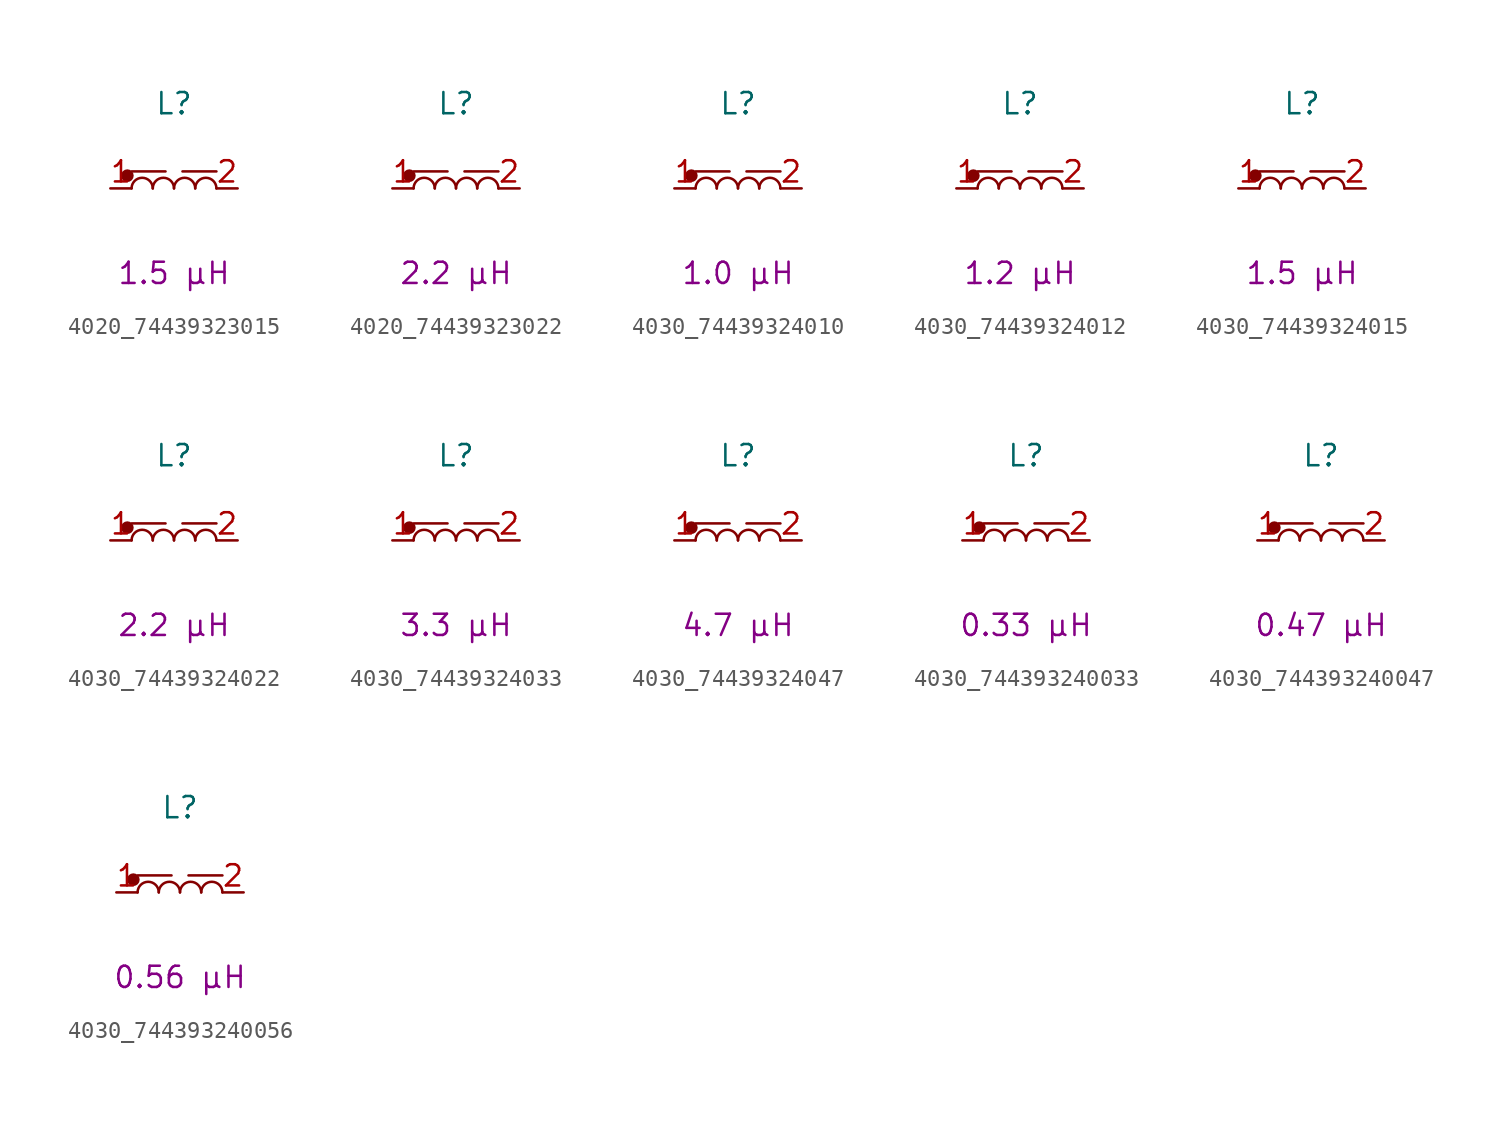
<source format=kicad_sym>
(kicad_symbol_lib
  (version 20220914)
  (generator kicad_symbol_editor)
  (symbol "4020_74439323015"
    (pin_names hide)
    (property "Reference" "L"
      (at 0 5.08 0)
      (effects (font (size 1.27 1.27))))
    (property "Critical Parameter" "1.5 µH"
      (at 0 -5.08 0)
      (effects (font (size 1.27 1.27))))
    (symbol "4020_74439323015_0_1"
      (arc (start -1.27 0) (mid -1.905 0.6323) (end -2.54 0) (stroke (width 0) (type default)) (fill (type none)))
      (arc (start 0 0) (mid -0.635 0.6323) (end -1.27 0) (stroke (width 0) (type default)) (fill (type none)))
      (polyline (pts (xy -2.54 1.016) (xy -0.508 1.016)) (stroke (width 0) (type default)) (fill (type none)))
      (arc (start 1.27 0) (mid 0.635 0.6323) (end 0 0) (stroke (width 0) (type default)) (fill (type none)))
      (arc (start 2.54 0) (mid 1.905 0.6323) (end 1.27 0) (stroke (width 0) (type default)) (fill (type none))))
    (symbol "4020_74439323015_1_1"
      (circle (center -2.794 0.762) (radius 0.0001) (stroke (width 0.381) (type default)) (fill (type none)))
      (polyline (pts (xy 2.54 1.016) (xy 0.508 1.016)) (stroke (width 0) (type default)) (fill (type none)))
      (pin passive line (at -3.81 0 0) (length 1.27) (name "1" (effects (font (size 1.27 1.27)))) (number "1" (effects (font (size 1.27 1.27)))))
      (pin passive line (at 3.81 0 180) (length 1.27) (name "2" (effects (font (size 1.27 1.27)))) (number "2" (effects (font (size 1.27 1.27)))))))
  (symbol "4020_74439323022"
    (pin_names hide)
    (property "Reference" "L"
      (at 0 5.08 0)
      (effects (font (size 1.27 1.27))))
    (property "Critical Parameter" "2.2 µH"
      (at 0 -5.08 0)
      (effects (font (size 1.27 1.27))))
    (symbol "4020_74439323022_0_1"
      (arc (start -1.27 0) (mid -1.905 0.6323) (end -2.54 0) (stroke (width 0) (type default)) (fill (type none)))
      (arc (start 0 0) (mid -0.635 0.6323) (end -1.27 0) (stroke (width 0) (type default)) (fill (type none)))
      (polyline (pts (xy -2.54 1.016) (xy -0.508 1.016)) (stroke (width 0) (type default)) (fill (type none)))
      (arc (start 1.27 0) (mid 0.635 0.6323) (end 0 0) (stroke (width 0) (type default)) (fill (type none)))
      (arc (start 2.54 0) (mid 1.905 0.6323) (end 1.27 0) (stroke (width 0) (type default)) (fill (type none))))
    (symbol "4020_74439323022_1_1"
      (circle (center -2.794 0.762) (radius 0.0001) (stroke (width 0.381) (type default)) (fill (type none)))
      (polyline (pts (xy 2.54 1.016) (xy 0.508 1.016)) (stroke (width 0) (type default)) (fill (type none)))
      (pin passive line (at -3.81 0 0) (length 1.27) (name "1" (effects (font (size 1.27 1.27)))) (number "1" (effects (font (size 1.27 1.27)))))
      (pin passive line (at 3.81 0 180) (length 1.27) (name "2" (effects (font (size 1.27 1.27)))) (number "2" (effects (font (size 1.27 1.27)))))))
  (symbol "4030_74439324010"
    (pin_names hide)
    (property "Reference" "L"
      (at 0 5.08 0)
      (effects (font (size 1.27 1.27))))
    (property "Critical Parameter" "1.0 µH"
      (at 0 -5.08 0)
      (effects (font (size 1.27 1.27))))
    (symbol "4030_74439324010_0_1"
      (arc (start -1.27 0) (mid -1.905 0.6323) (end -2.54 0) (stroke (width 0) (type default)) (fill (type none)))
      (arc (start 0 0) (mid -0.635 0.6323) (end -1.27 0) (stroke (width 0) (type default)) (fill (type none)))
      (polyline (pts (xy -2.54 1.016) (xy -0.508 1.016)) (stroke (width 0) (type default)) (fill (type none)))
      (arc (start 1.27 0) (mid 0.635 0.6323) (end 0 0) (stroke (width 0) (type default)) (fill (type none)))
      (arc (start 2.54 0) (mid 1.905 0.6323) (end 1.27 0) (stroke (width 0) (type default)) (fill (type none))))
    (symbol "4030_74439324010_1_1"
      (circle (center -2.794 0.762) (radius 0.0001) (stroke (width 0.381) (type default)) (fill (type none)))
      (polyline (pts (xy 2.54 1.016) (xy 0.508 1.016)) (stroke (width 0) (type default)) (fill (type none)))
      (pin passive line (at -3.81 0 0) (length 1.27) (name "1" (effects (font (size 1.27 1.27)))) (number "1" (effects (font (size 1.27 1.27)))))
      (pin passive line (at 3.81 0 180) (length 1.27) (name "2" (effects (font (size 1.27 1.27)))) (number "2" (effects (font (size 1.27 1.27)))))))
  (symbol "4030_74439324012"
    (pin_names hide)
    (property "Reference" "L"
      (at 0 5.08 0)
      (effects (font (size 1.27 1.27))))
    (property "Critical Parameter" "1.2 µH"
      (at 0 -5.08 0)
      (effects (font (size 1.27 1.27))))
    (symbol "4030_74439324012_0_1"
      (arc (start -1.27 0) (mid -1.905 0.6323) (end -2.54 0) (stroke (width 0) (type default)) (fill (type none)))
      (arc (start 0 0) (mid -0.635 0.6323) (end -1.27 0) (stroke (width 0) (type default)) (fill (type none)))
      (polyline (pts (xy -2.54 1.016) (xy -0.508 1.016)) (stroke (width 0) (type default)) (fill (type none)))
      (arc (start 1.27 0) (mid 0.635 0.6323) (end 0 0) (stroke (width 0) (type default)) (fill (type none)))
      (arc (start 2.54 0) (mid 1.905 0.6323) (end 1.27 0) (stroke (width 0) (type default)) (fill (type none))))
    (symbol "4030_74439324012_1_1"
      (circle (center -2.794 0.762) (radius 0.0001) (stroke (width 0.381) (type default)) (fill (type none)))
      (polyline (pts (xy 2.54 1.016) (xy 0.508 1.016)) (stroke (width 0) (type default)) (fill (type none)))
      (pin passive line (at -3.81 0 0) (length 1.27) (name "1" (effects (font (size 1.27 1.27)))) (number "1" (effects (font (size 1.27 1.27)))))
      (pin passive line (at 3.81 0 180) (length 1.27) (name "2" (effects (font (size 1.27 1.27)))) (number "2" (effects (font (size 1.27 1.27)))))))
  (symbol "4030_74439324015"
    (pin_names hide)
    (property "Reference" "L"
      (at 0 5.08 0)
      (effects (font (size 1.27 1.27))))
    (property "Critical Parameter" "1.5 µH"
      (at 0 -5.08 0)
      (effects (font (size 1.27 1.27))))
    (symbol "4030_74439324015_0_1"
      (arc (start -1.27 0) (mid -1.905 0.6323) (end -2.54 0) (stroke (width 0) (type default)) (fill (type none)))
      (arc (start 0 0) (mid -0.635 0.6323) (end -1.27 0) (stroke (width 0) (type default)) (fill (type none)))
      (polyline (pts (xy -2.54 1.016) (xy -0.508 1.016)) (stroke (width 0) (type default)) (fill (type none)))
      (arc (start 1.27 0) (mid 0.635 0.6323) (end 0 0) (stroke (width 0) (type default)) (fill (type none)))
      (arc (start 2.54 0) (mid 1.905 0.6323) (end 1.27 0) (stroke (width 0) (type default)) (fill (type none))))
    (symbol "4030_74439324015_1_1"
      (circle (center -2.794 0.762) (radius 0.0001) (stroke (width 0.381) (type default)) (fill (type none)))
      (polyline (pts (xy 2.54 1.016) (xy 0.508 1.016)) (stroke (width 0) (type default)) (fill (type none)))
      (pin passive line (at -3.81 0 0) (length 1.27) (name "1" (effects (font (size 1.27 1.27)))) (number "1" (effects (font (size 1.27 1.27)))))
      (pin passive line (at 3.81 0 180) (length 1.27) (name "2" (effects (font (size 1.27 1.27)))) (number "2" (effects (font (size 1.27 1.27)))))))
  (symbol "4030_74439324022"
    (pin_names hide)
    (property "Reference" "L"
      (at 0 5.08 0)
      (effects (font (size 1.27 1.27))))
    (property "Critical Parameter" "2.2 µH"
      (at 0 -5.08 0)
      (effects (font (size 1.27 1.27))))
    (symbol "4030_74439324022_0_1"
      (arc (start -1.27 0) (mid -1.905 0.6323) (end -2.54 0) (stroke (width 0) (type default)) (fill (type none)))
      (arc (start 0 0) (mid -0.635 0.6323) (end -1.27 0) (stroke (width 0) (type default)) (fill (type none)))
      (polyline (pts (xy -2.54 1.016) (xy -0.508 1.016)) (stroke (width 0) (type default)) (fill (type none)))
      (arc (start 1.27 0) (mid 0.635 0.6323) (end 0 0) (stroke (width 0) (type default)) (fill (type none)))
      (arc (start 2.54 0) (mid 1.905 0.6323) (end 1.27 0) (stroke (width 0) (type default)) (fill (type none))))
    (symbol "4030_74439324022_1_1"
      (circle (center -2.794 0.762) (radius 0.0001) (stroke (width 0.381) (type default)) (fill (type none)))
      (polyline (pts (xy 2.54 1.016) (xy 0.508 1.016)) (stroke (width 0) (type default)) (fill (type none)))
      (pin passive line (at -3.81 0 0) (length 1.27) (name "1" (effects (font (size 1.27 1.27)))) (number "1" (effects (font (size 1.27 1.27)))))
      (pin passive line (at 3.81 0 180) (length 1.27) (name "2" (effects (font (size 1.27 1.27)))) (number "2" (effects (font (size 1.27 1.27)))))))
  (symbol "4030_74439324033"
    (pin_names hide)
    (property "Reference" "L"
      (at 0 5.08 0)
      (effects (font (size 1.27 1.27))))
    (property "Critical Parameter" "3.3 µH"
      (at 0 -5.08 0)
      (effects (font (size 1.27 1.27))))
    (symbol "4030_74439324033_0_1"
      (arc (start -1.27 0) (mid -1.905 0.6323) (end -2.54 0) (stroke (width 0) (type default)) (fill (type none)))
      (arc (start 0 0) (mid -0.635 0.6323) (end -1.27 0) (stroke (width 0) (type default)) (fill (type none)))
      (polyline (pts (xy -2.54 1.016) (xy -0.508 1.016)) (stroke (width 0) (type default)) (fill (type none)))
      (arc (start 1.27 0) (mid 0.635 0.6323) (end 0 0) (stroke (width 0) (type default)) (fill (type none)))
      (arc (start 2.54 0) (mid 1.905 0.6323) (end 1.27 0) (stroke (width 0) (type default)) (fill (type none))))
    (symbol "4030_74439324033_1_1"
      (circle (center -2.794 0.762) (radius 0.0001) (stroke (width 0.381) (type default)) (fill (type none)))
      (polyline (pts (xy 2.54 1.016) (xy 0.508 1.016)) (stroke (width 0) (type default)) (fill (type none)))
      (pin passive line (at -3.81 0 0) (length 1.27) (name "1" (effects (font (size 1.27 1.27)))) (number "1" (effects (font (size 1.27 1.27)))))
      (pin passive line (at 3.81 0 180) (length 1.27) (name "2" (effects (font (size 1.27 1.27)))) (number "2" (effects (font (size 1.27 1.27)))))))
  (symbol "4030_74439324047"
    (pin_names hide)
    (property "Reference" "L"
      (at 0 5.08 0)
      (effects (font (size 1.27 1.27))))
    (property "Critical Parameter" "4.7 µH"
      (at 0 -5.08 0)
      (effects (font (size 1.27 1.27))))
    (symbol "4030_74439324047_0_1"
      (arc (start -1.27 0) (mid -1.905 0.6323) (end -2.54 0) (stroke (width 0) (type default)) (fill (type none)))
      (arc (start 0 0) (mid -0.635 0.6323) (end -1.27 0) (stroke (width 0) (type default)) (fill (type none)))
      (polyline (pts (xy -2.54 1.016) (xy -0.508 1.016)) (stroke (width 0) (type default)) (fill (type none)))
      (arc (start 1.27 0) (mid 0.635 0.6323) (end 0 0) (stroke (width 0) (type default)) (fill (type none)))
      (arc (start 2.54 0) (mid 1.905 0.6323) (end 1.27 0) (stroke (width 0) (type default)) (fill (type none))))
    (symbol "4030_74439324047_1_1"
      (circle (center -2.794 0.762) (radius 0.0001) (stroke (width 0.381) (type default)) (fill (type none)))
      (polyline (pts (xy 2.54 1.016) (xy 0.508 1.016)) (stroke (width 0) (type default)) (fill (type none)))
      (pin passive line (at -3.81 0 0) (length 1.27) (name "1" (effects (font (size 1.27 1.27)))) (number "1" (effects (font (size 1.27 1.27)))))
      (pin passive line (at 3.81 0 180) (length 1.27) (name "2" (effects (font (size 1.27 1.27)))) (number "2" (effects (font (size 1.27 1.27)))))))
  (symbol "4030_744393240033"
    (pin_names hide)
    (property "Reference" "L"
      (at 0 5.08 0)
      (effects (font (size 1.27 1.27))))
    (property "Critical Parameter" "0.33 µH"
      (at 0 -5.08 0)
      (effects (font (size 1.27 1.27))))
    (symbol "4030_744393240033_0_1"
      (arc (start -1.27 0) (mid -1.905 0.6323) (end -2.54 0) (stroke (width 0) (type default)) (fill (type none)))
      (arc (start 0 0) (mid -0.635 0.6323) (end -1.27 0) (stroke (width 0) (type default)) (fill (type none)))
      (polyline (pts (xy -2.54 1.016) (xy -0.508 1.016)) (stroke (width 0) (type default)) (fill (type none)))
      (arc (start 1.27 0) (mid 0.635 0.6323) (end 0 0) (stroke (width 0) (type default)) (fill (type none)))
      (arc (start 2.54 0) (mid 1.905 0.6323) (end 1.27 0) (stroke (width 0) (type default)) (fill (type none))))
    (symbol "4030_744393240033_1_1"
      (circle (center -2.794 0.762) (radius 0.0001) (stroke (width 0.381) (type default)) (fill (type none)))
      (polyline (pts (xy 2.54 1.016) (xy 0.508 1.016)) (stroke (width 0) (type default)) (fill (type none)))
      (pin passive line (at -3.81 0 0) (length 1.27) (name "1" (effects (font (size 1.27 1.27)))) (number "1" (effects (font (size 1.27 1.27)))))
      (pin passive line (at 3.81 0 180) (length 1.27) (name "2" (effects (font (size 1.27 1.27)))) (number "2" (effects (font (size 1.27 1.27)))))))
  (symbol "4030_744393240047"
    (pin_names hide)
    (property "Reference" "L"
      (at 0 5.08 0)
      (effects (font (size 1.27 1.27))))
    (property "Critical Parameter" "0.47 µH"
      (at 0 -5.08 0)
      (effects (font (size 1.27 1.27))))
    (symbol "4030_744393240047_0_1"
      (arc (start -1.27 0) (mid -1.905 0.6323) (end -2.54 0) (stroke (width 0) (type default)) (fill (type none)))
      (arc (start 0 0) (mid -0.635 0.6323) (end -1.27 0) (stroke (width 0) (type default)) (fill (type none)))
      (polyline (pts (xy -2.54 1.016) (xy -0.508 1.016)) (stroke (width 0) (type default)) (fill (type none)))
      (arc (start 1.27 0) (mid 0.635 0.6323) (end 0 0) (stroke (width 0) (type default)) (fill (type none)))
      (arc (start 2.54 0) (mid 1.905 0.6323) (end 1.27 0) (stroke (width 0) (type default)) (fill (type none))))
    (symbol "4030_744393240047_1_1"
      (circle (center -2.794 0.762) (radius 0.0001) (stroke (width 0.381) (type default)) (fill (type none)))
      (polyline (pts (xy 2.54 1.016) (xy 0.508 1.016)) (stroke (width 0) (type default)) (fill (type none)))
      (pin passive line (at -3.81 0 0) (length 1.27) (name "1" (effects (font (size 1.27 1.27)))) (number "1" (effects (font (size 1.27 1.27)))))
      (pin passive line (at 3.81 0 180) (length 1.27) (name "2" (effects (font (size 1.27 1.27)))) (number "2" (effects (font (size 1.27 1.27)))))))
  (symbol "4030_744393240056"
    (pin_names hide)
    (property "Reference" "L"
      (at 0 5.08 0)
      (effects (font (size 1.27 1.27))))
    (property "Critical Parameter" "0.56 µH"
      (at 0 -5.08 0)
      (effects (font (size 1.27 1.27))))
    (symbol "4030_744393240056_0_1"
      (arc (start -1.27 0) (mid -1.905 0.6323) (end -2.54 0) (stroke (width 0) (type default)) (fill (type none)))
      (arc (start 0 0) (mid -0.635 0.6323) (end -1.27 0) (stroke (width 0) (type default)) (fill (type none)))
      (polyline (pts (xy -2.54 1.016) (xy -0.508 1.016)) (stroke (width 0) (type default)) (fill (type none)))
      (arc (start 1.27 0) (mid 0.635 0.6323) (end 0 0) (stroke (width 0) (type default)) (fill (type none)))
      (arc (start 2.54 0) (mid 1.905 0.6323) (end 1.27 0) (stroke (width 0) (type default)) (fill (type none))))
    (symbol "4030_744393240056_1_1"
      (circle (center -2.794 0.762) (radius 0.0001) (stroke (width 0.381) (type default)) (fill (type none)))
      (polyline (pts (xy 2.54 1.016) (xy 0.508 1.016)) (stroke (width 0) (type default)) (fill (type none)))
      (pin passive line (at -3.81 0 0) (length 1.27) (name "1" (effects (font (size 1.27 1.27)))) (number "1" (effects (font (size 1.27 1.27)))))
      (pin passive line (at 3.81 0 180) (length 1.27) (name "2" (effects (font (size 1.27 1.27)))) (number "2" (effects (font (size 1.27 1.27))))))))
</source>
